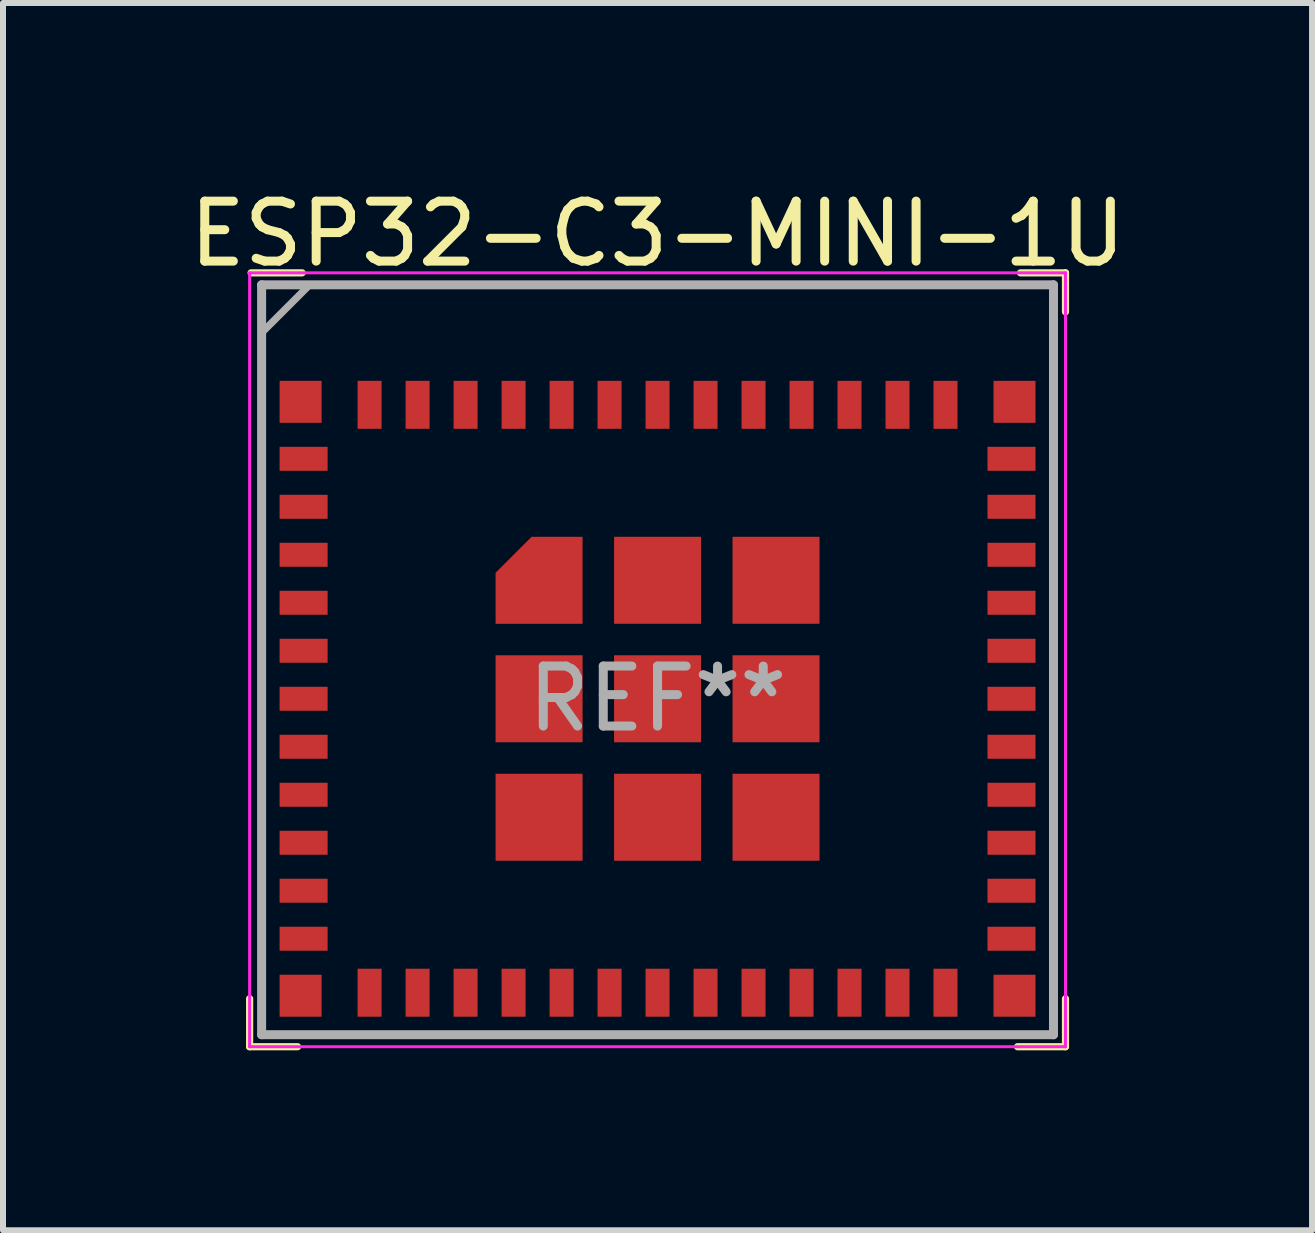
<source format=kicad_pcb>
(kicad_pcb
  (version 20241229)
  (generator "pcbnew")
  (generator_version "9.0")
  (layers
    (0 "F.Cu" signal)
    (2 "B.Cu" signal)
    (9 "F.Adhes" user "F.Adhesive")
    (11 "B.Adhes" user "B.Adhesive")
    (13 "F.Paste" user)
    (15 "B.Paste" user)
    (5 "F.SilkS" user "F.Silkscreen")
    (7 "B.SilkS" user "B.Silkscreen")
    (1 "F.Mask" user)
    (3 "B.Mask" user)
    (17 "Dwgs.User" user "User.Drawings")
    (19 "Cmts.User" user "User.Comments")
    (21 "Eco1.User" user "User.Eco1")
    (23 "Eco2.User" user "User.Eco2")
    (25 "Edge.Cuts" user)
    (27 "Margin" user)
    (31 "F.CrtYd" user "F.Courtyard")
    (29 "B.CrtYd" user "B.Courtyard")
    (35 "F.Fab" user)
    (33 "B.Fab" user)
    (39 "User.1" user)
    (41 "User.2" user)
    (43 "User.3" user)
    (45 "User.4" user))
  (footprint "ESP32-C3-MINI-1U"
    (layer "F.Cu")
    (at 7.911 8.598)
    (property "Reference" "ESP32-C3-MINI-1U" (at 0 -7.75 0) (layer "F.SilkS") (effects (font (size 1 1) (thickness 0.15))))
    (attr smd)
    (fp_line (start -6.8 5) (end -6.8 5.8) (stroke (width 0.12) (type solid)) (layer "F.SilkS"))
    (fp_line (start -6.8 5.8) (end -6 5.8) (stroke (width 0.12) (type solid)) (layer "F.SilkS"))
    (fp_line (start -6.6 -6.9) (end 6.6 -6.9) (stroke (width 0.12) (type solid)) (layer "F.SilkS"))
    (fp_line (start -6.6 5.6) (end -6.6 -6.9) (stroke (width 0.12) (type solid)) (layer "F.SilkS"))
    (fp_line (start -5.925 -7.1) (end -6.775 -7.1) (stroke (width 0.12) (type solid)) (layer "F.SilkS"))
    (fp_line (start 6.05 -7.1) (end 6.8 -7.1) (stroke (width 0.12) (type solid)) (layer "F.SilkS"))
    (fp_line (start 6.6 -6.9) (end 6.6 5.6) (stroke (width 0.12) (type solid)) (layer "F.SilkS"))
    (fp_line (start 6.6 5.6) (end -6.6 5.6) (stroke (width 0.12) (type solid)) (layer "F.SilkS"))
    (fp_line (start 6.8 -7.1) (end 6.8 -6.45) (stroke (width 0.12) (type solid)) (layer "F.SilkS"))
    (fp_line (start 6.8 5) (end 6.8 5.8) (stroke (width 0.12) (type solid)) (layer "F.SilkS"))
    (fp_line (start 6.8 5.8) (end 6 5.8) (stroke (width 0.12) (type solid)) (layer "F.SilkS"))
    (fp_line (start -6.8 -7.1) (end 6.8 -7.1) (stroke (width 0.05) (type solid)) (layer "F.CrtYd"))
    (fp_line (start -6.8 5.8) (end -6.8 -7.1) (stroke (width 0.05) (type solid)) (layer "F.CrtYd"))
    (fp_line (start 6.8 -7.1) (end 6.8 5.8) (stroke (width 0.05) (type solid)) (layer "F.CrtYd"))
    (fp_line (start 6.8 5.8) (end -6.8 5.8) (stroke (width 0.05) (type solid)) (layer "F.CrtYd"))
    (fp_line (start -6.6 -6.9) (end -6.6 5.6) (stroke (width 0.15) (type solid)) (layer "F.Fab"))
    (fp_line (start -6.6 5.6) (end 6.6 5.6) (stroke (width 0.15) (type solid)) (layer "F.Fab"))
    (fp_line (start -5.8 -6.9) (end -6.6 -6.1) (stroke (width 0.12) (type solid)) (layer "F.Fab"))
    (fp_line (start 6.6 -6.9) (end -6.6 -6.9) (stroke (width 0.15) (type solid)) (layer "F.Fab"))
    (fp_line (start 6.6 5.6) (end 6.6 -6.9) (stroke (width 0.15) (type solid)) (layer "F.Fab"))
    (fp_text user "REF**" (at 0 0 0) (layer "F.Fab") (effects (font (size 1 1) (thickness 0.15))))
    (pad "1" smd rect (at -5.9 -4 90) (size 0.4 0.8) (layers "F.Cu" "F.Mask" "F.Paste"))
    (pad "2" smd rect (at -5.9 -3.2 90) (size 0.4 0.8) (layers "F.Cu" "F.Mask" "F.Paste"))
    (pad "3" smd rect (at -5.9 -2.4 90) (size 0.4 0.8) (layers "F.Cu" "F.Mask" "F.Paste"))
    (pad "4" smd rect (at -5.9 -1.6 90) (size 0.4 0.8) (layers "F.Cu" "F.Mask" "F.Paste"))
    (pad "5" smd rect (at -5.9 -0.8 90) (size 0.4 0.8) (layers "F.Cu" "F.Mask" "F.Paste"))
    (pad "6" smd rect (at -5.9 0 90) (size 0.4 0.8) (layers "F.Cu" "F.Mask" "F.Paste"))
    (pad "7" smd rect (at -5.9 0.8 90) (size 0.4 0.8) (layers "F.Cu" "F.Mask" "F.Paste"))
    (pad "8" smd rect (at -5.9 1.6 90) (size 0.4 0.8) (layers "F.Cu" "F.Mask" "F.Paste"))
    (pad "9" smd rect (at -5.9 2.4 90) (size 0.4 0.8) (layers "F.Cu" "F.Mask" "F.Paste"))
    (pad "10" smd rect (at -5.9 3.2 90) (size 0.4 0.8) (layers "F.Cu" "F.Mask" "F.Paste"))
    (pad "11" smd rect (at -5.9 4 90) (size 0.4 0.8) (layers "F.Cu" "F.Mask" "F.Paste"))
    (pad "12" smd rect (at -4.8 4.9) (size 0.4 0.8) (layers "F.Cu" "F.Mask" "F.Paste"))
    (pad "13" smd rect (at -4 4.9) (size 0.4 0.8) (layers "F.Cu" "F.Mask" "F.Paste"))
    (pad "14" smd rect (at -3.2 4.9) (size 0.4 0.8) (layers "F.Cu" "F.Mask" "F.Paste"))
    (pad "15" smd rect (at -2.4 4.9) (size 0.4 0.8) (layers "F.Cu" "F.Mask" "F.Paste"))
    (pad "16" smd rect (at -1.6 4.9) (size 0.4 0.8) (layers "F.Cu" "F.Mask" "F.Paste"))
    (pad "17" smd rect (at -0.8 4.9) (size 0.4 0.8) (layers "F.Cu" "F.Mask" "F.Paste"))
    (pad "18" smd rect (at 0 4.9) (size 0.4 0.8) (layers "F.Cu" "F.Mask" "F.Paste"))
    (pad "19" smd rect (at 0.8 4.9) (size 0.4 0.8) (layers "F.Cu" "F.Mask" "F.Paste"))
    (pad "20" smd rect (at 1.6 4.9) (size 0.4 0.8) (layers "F.Cu" "F.Mask" "F.Paste"))
    (pad "21" smd rect (at 2.4 4.9) (size 0.4 0.8) (layers "F.Cu" "F.Mask" "F.Paste"))
    (pad "22" smd rect (at 3.2 4.9) (size 0.4 0.8) (layers "F.Cu" "F.Mask" "F.Paste"))
    (pad "23" smd rect (at 4 4.9) (size 0.4 0.8) (layers "F.Cu" "F.Mask" "F.Paste"))
    (pad "24" smd rect (at 4.8 4.9) (size 0.4 0.8) (layers "F.Cu" "F.Mask" "F.Paste"))
    (pad "25" smd rect (at 5.9 4 90) (size 0.4 0.8) (layers "F.Cu" "F.Mask" "F.Paste"))
    (pad "26" smd rect (at 5.9 3.2 90) (size 0.4 0.8) (layers "F.Cu" "F.Mask" "F.Paste"))
    (pad "27" smd rect (at 5.9 2.4 90) (size 0.4 0.8) (layers "F.Cu" "F.Mask" "F.Paste"))
    (pad "28" smd rect (at 5.9 1.6 90) (size 0.4 0.8) (layers "F.Cu" "F.Mask" "F.Paste"))
    (pad "29" smd rect (at 5.9 0.8 90) (size 0.4 0.8) (layers "F.Cu" "F.Mask" "F.Paste"))
    (pad "30" smd rect (at 5.9 0 90) (size 0.4 0.8) (layers "F.Cu" "F.Mask" "F.Paste"))
    (pad "31" smd rect (at 5.9 -0.8 90) (size 0.4 0.8) (layers "F.Cu" "F.Mask" "F.Paste"))
    (pad "32" smd rect (at 5.9 -1.6 90) (size 0.4 0.8) (layers "F.Cu" "F.Mask" "F.Paste"))
    (pad "33" smd rect (at 5.9 -2.4 90) (size 0.4 0.8) (layers "F.Cu" "F.Mask" "F.Paste"))
    (pad "34" smd rect (at 5.9 -3.2 90) (size 0.4 0.8) (layers "F.Cu" "F.Mask" "F.Paste"))
    (pad "35" smd rect (at 5.9 -4 90) (size 0.4 0.8) (layers "F.Cu" "F.Mask" "F.Paste"))
    (pad "36" smd rect (at -5.95 -4.95 90) (size 0.7 0.7) (layers "F.Cu" "F.Mask" "F.Paste"))
    (pad "36" smd rect (at -5.95 4.95 90) (size 0.7 0.7) (layers "F.Cu" "F.Mask" "F.Paste"))
    (pad "36" smd rect (at -4.8 -4.9) (size 0.4 0.8) (layers "F.Cu" "F.Mask" "F.Paste"))
    (pad "36" smd rect (at -4 -4.9) (size 0.4 0.8) (layers "F.Cu" "F.Mask" "F.Paste"))
    (pad "36" smd rect (at -3.2 -4.9) (size 0.4 0.8) (layers "F.Cu" "F.Mask" "F.Paste"))
    (pad "36" smd rect (at -2.4 -4.9) (size 0.4 0.8) (layers "F.Cu" "F.Mask" "F.Paste"))
    (pad "36" smd custom (at -1.975 -1.975) (size 0.8 0.8) (layers "F.Cu" "F.Mask" "F.Paste") (options (anchor rect)) (primitives (gr_poly (pts (xy 0.725 0.725) (xy -0.725 0.725) (xy -0.725 -0.125) (xy -0.125 -0.725) (xy 0.725 -0.725)) (width 0) (fill yes))))
    (pad "36" smd rect (at -1.975 0 90) (size 1.45 1.45) (layers "F.Cu" "F.Mask" "F.Paste"))
    (pad "36" smd rect (at -1.975 1.975 90) (size 1.45 1.45) (layers "F.Cu" "F.Mask" "F.Paste"))
    (pad "36" smd rect (at -1.6 -4.9) (size 0.4 0.8) (layers "F.Cu" "F.Mask" "F.Paste"))
    (pad "36" smd rect (at -0.8 -4.9) (size 0.4 0.8) (layers "F.Cu" "F.Mask" "F.Paste"))
    (pad "36" smd rect (at 0 -4.9) (size 0.4 0.8) (layers "F.Cu" "F.Mask" "F.Paste"))
    (pad "36" smd rect (at 0 -1.975 90) (size 1.45 1.45) (layers "F.Cu" "F.Mask" "F.Paste"))
    (pad "36" smd rect (at 0 0 90) (size 1.45 1.45) (layers "F.Cu" "F.Mask" "F.Paste"))
    (pad "36" smd rect (at 0 1.975 90) (size 1.45 1.45) (layers "F.Cu" "F.Mask" "F.Paste"))
    (pad "36" smd rect (at 0.8 -4.9) (size 0.4 0.8) (layers "F.Cu" "F.Mask" "F.Paste"))
    (pad "36" smd rect (at 1.6 -4.9) (size 0.4 0.8) (layers "F.Cu" "F.Mask" "F.Paste"))
    (pad "36" smd rect (at 1.975 -1.975 90) (size 1.45 1.45) (layers "F.Cu" "F.Mask" "F.Paste"))
    (pad "36" smd rect (at 1.975 0 90) (size 1.45 1.45) (layers "F.Cu" "F.Mask" "F.Paste"))
    (pad "36" smd rect (at 1.975 1.975 90) (size 1.45 1.45) (layers "F.Cu" "F.Mask" "F.Paste"))
    (pad "36" smd rect (at 2.4 -4.9) (size 0.4 0.8) (layers "F.Cu" "F.Mask" "F.Paste"))
    (pad "36" smd rect (at 3.2 -4.9) (size 0.4 0.8) (layers "F.Cu" "F.Mask" "F.Paste"))
    (pad "36" smd rect (at 4 -4.9) (size 0.4 0.8) (layers "F.Cu" "F.Mask" "F.Paste"))
    (pad "36" smd rect (at 4.8 -4.9) (size 0.4 0.8) (layers "F.Cu" "F.Mask" "F.Paste"))
    (pad "36" smd rect (at 5.95 -4.95 90) (size 0.7 0.7) (layers "F.Cu" "F.Mask" "F.Paste"))
    (pad "36" smd rect (at 5.95 4.95 90) (size 0.7 0.7) (layers "F.Cu" "F.Mask" "F.Paste")))
  (gr_rect
    (start -3 -3)
    (end 18.821 17.458)
    (stroke (width 0.1) (type default))
    (fill no)
    (layer "Edge.Cuts")))
</source>
